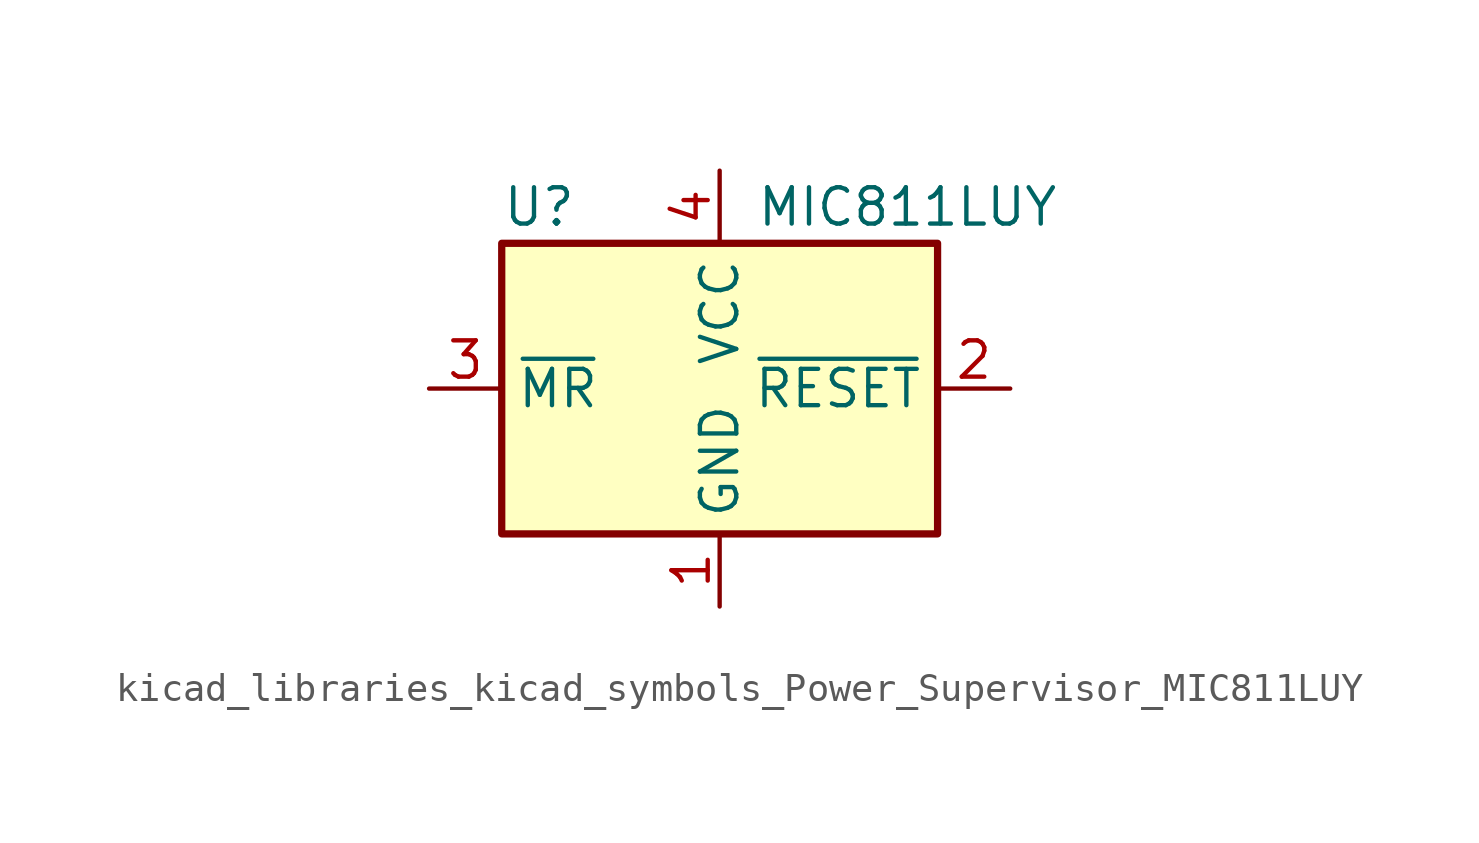
<source format=kicad_sym>
(kicad_symbol_lib
  (version 20220914)
  (generator kicad_symbol_editor)
  (symbol "kicad_libraries_kicad_symbols_Power_Supervisor_MIC811LUY"
    (property "Reference" "U"
      (at -7.62 6.35 0)
      (effects (font (size 1.27 1.27)) (justify left)))
    (property "Value" "MIC811LUY"
      (at 1.27 6.35 0)
      (effects (font (size 1.27 1.27)) (justify left)))
    (symbol "kicad_libraries_kicad_symbols_Power_Supervisor_MIC811LUY_0_1"
      (rectangle (start -7.62 5.08) (end 7.62 -5.08) (stroke (width 0.254) (type default)) (fill (type background))))
    (symbol "kicad_libraries_kicad_symbols_Power_Supervisor_MIC811LUY_1_1"
      (pin power_in line (at 0 -7.62 90) (length 2.54) (name "GND" (effects (font (size 1.27 1.27)))) (number "1" (effects (font (size 1.27 1.27)))))
      (pin output line (at 10.16 0 180) (length 2.54) (name "~{RESET}" (effects (font (size 1.27 1.27)))) (number "2" (effects (font (size 1.27 1.27)))))
      (pin input line (at -10.16 0 0) (length 2.54) (name "~{MR}" (effects (font (size 1.27 1.27)))) (number "3" (effects (font (size 1.27 1.27)))))
      (pin power_in line (at 0 7.62 270) (length 2.54) (name "VCC" (effects (font (size 1.27 1.27)))) (number "4" (effects (font (size 1.27 1.27))))))))
</source>
